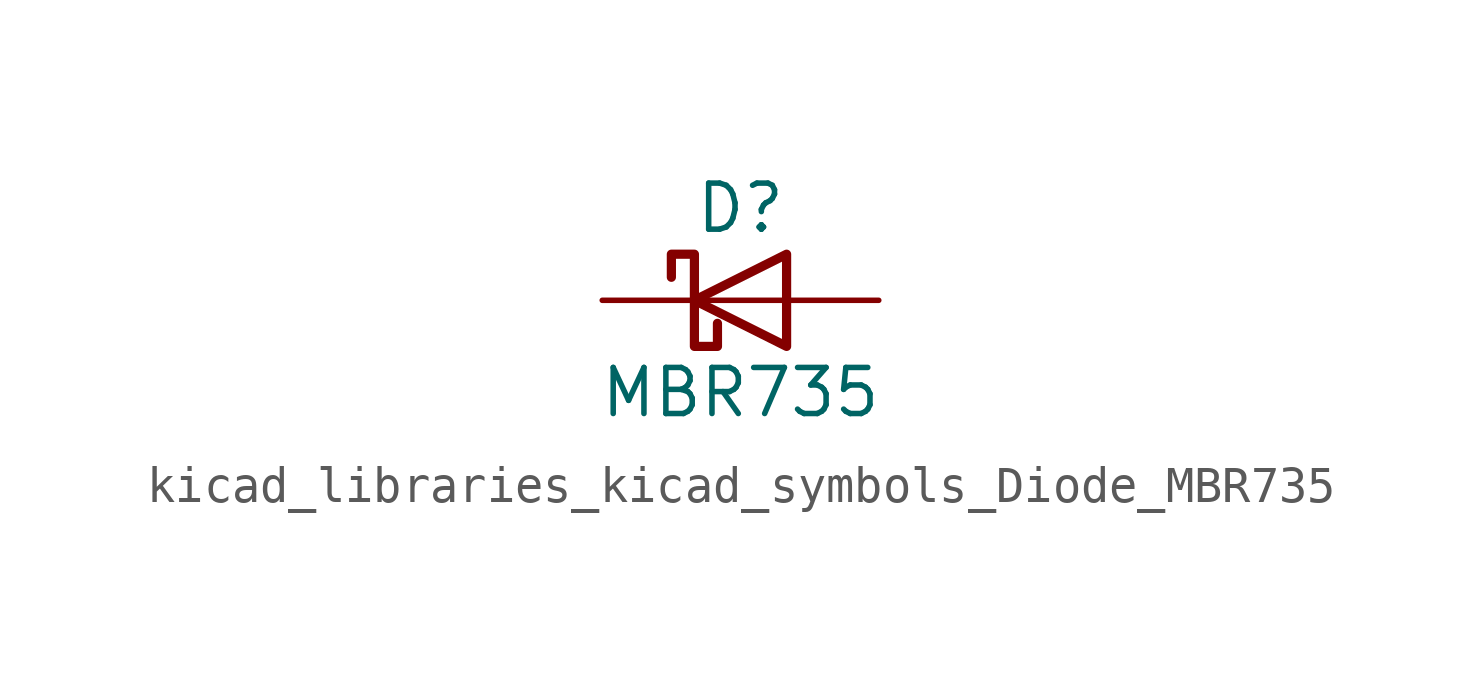
<source format=kicad_sym>
(kicad_symbol_lib
  (version 20220914)
  (generator kicad_symbol_editor)
  (symbol "kicad_libraries_kicad_symbols_Diode_MBR735"
    (pin_numbers hide)
    (pin_names
      (offset 1.016) hide)
    (property "Reference" "D"
      (at 0 2.54 0)
      (effects (font (size 1.27 1.27))))
    (property "Value" "MBR735"
      (at 0 -2.54 0)
      (effects (font (size 1.27 1.27))))
    (symbol "kicad_libraries_kicad_symbols_Diode_MBR735_0_1"
      (polyline (pts (xy 1.27 0) (xy -1.27 0)) (stroke (width 0) (type default)) (fill (type none)))
      (polyline (pts (xy 1.27 1.27) (xy 1.27 -1.27) (xy -1.27 0) (xy 1.27 1.27)) (stroke (width 0.254) (type default)) (fill (type none)))
      (polyline (pts (xy -1.905 0.635) (xy -1.905 1.27) (xy -1.27 1.27) (xy -1.27 -1.27) (xy -0.635 -1.27) (xy -0.635 -0.635)) (stroke (width 0.254) (type default)) (fill (type none))))
    (symbol "kicad_libraries_kicad_symbols_Diode_MBR735_1_1"
      (pin passive line (at -3.81 0 0) (length 2.54) (name "K" (effects (font (size 1.27 1.27)))) (number "1" (effects (font (size 1.27 1.27)))))
      (pin passive line (at 3.81 0 180) (length 2.54) (name "A" (effects (font (size 1.27 1.27)))) (number "2" (effects (font (size 1.27 1.27))))))))
</source>
